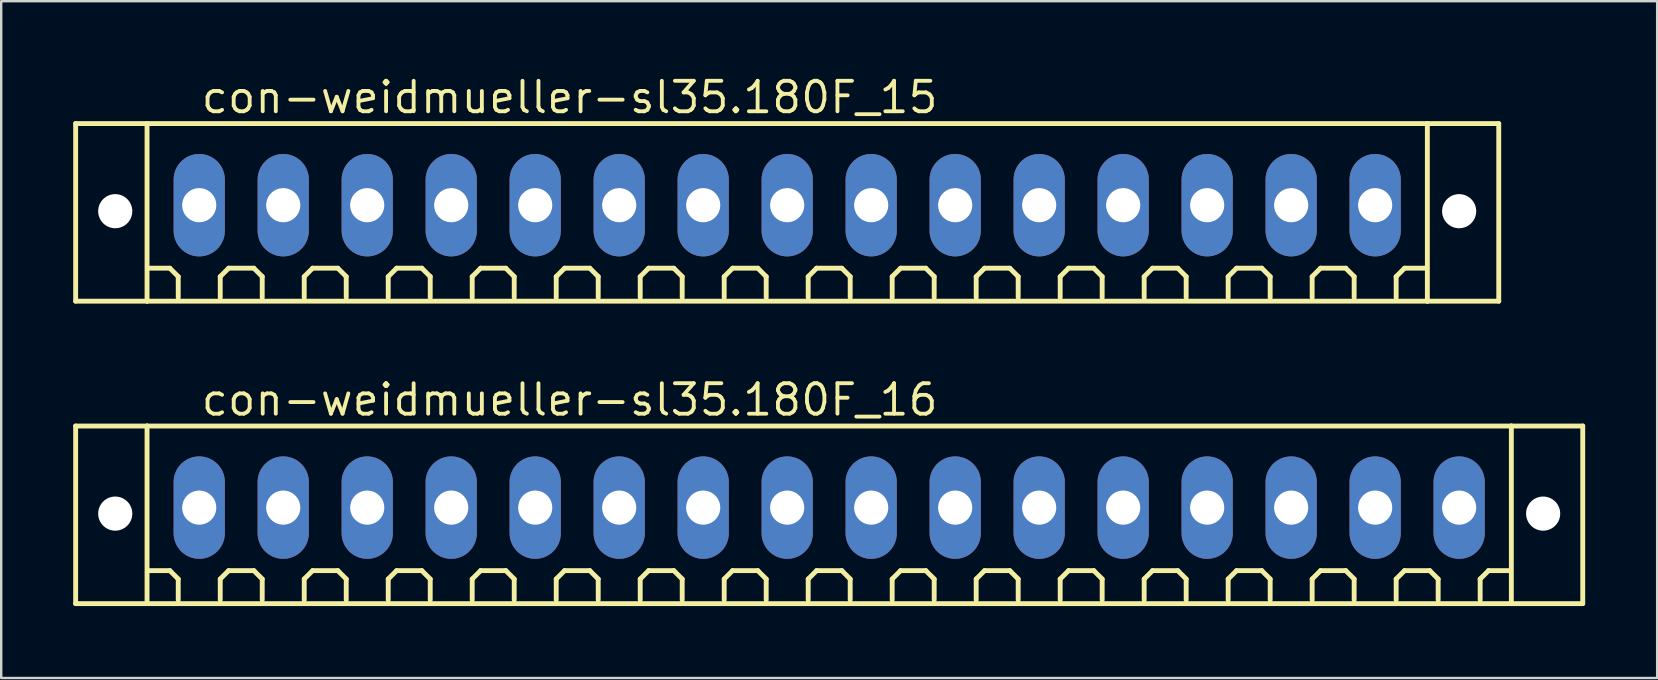
<source format=kicad_pcb>
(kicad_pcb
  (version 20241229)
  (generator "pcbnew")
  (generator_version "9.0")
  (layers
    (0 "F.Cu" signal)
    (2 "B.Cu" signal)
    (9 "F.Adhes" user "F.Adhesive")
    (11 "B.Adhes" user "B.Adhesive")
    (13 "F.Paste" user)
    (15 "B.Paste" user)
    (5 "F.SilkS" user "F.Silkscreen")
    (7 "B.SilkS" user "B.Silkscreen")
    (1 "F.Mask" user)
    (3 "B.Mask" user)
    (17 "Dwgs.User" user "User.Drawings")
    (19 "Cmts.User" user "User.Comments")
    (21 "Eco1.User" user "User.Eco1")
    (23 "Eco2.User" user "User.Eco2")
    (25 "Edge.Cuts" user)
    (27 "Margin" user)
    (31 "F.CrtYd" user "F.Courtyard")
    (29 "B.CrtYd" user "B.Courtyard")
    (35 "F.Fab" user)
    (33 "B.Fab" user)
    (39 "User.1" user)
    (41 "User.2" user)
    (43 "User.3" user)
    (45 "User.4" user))
  (footprint "con-weidmueller-sl35.180F_16"
    (layer "F.Cu")
    (at 31.502 18.102)
    (property "Reference" "con-weidmueller-sl35.180F_16" (at -26.25 -3.75 0) (layer "F.SilkS") (effects (font (size 1.27 1.27) (thickness 0.16)) (justify left bottom)))
    (attr through_hole)
    (fp_line (start -31.4 -3.4) (end -28.425 -3.4) (stroke (width 0.203) (type default)) (layer "F.SilkS"))
    (fp_line (start -31.4 4) (end -31.4 -3.4) (stroke (width 0.203) (type default)) (layer "F.SilkS"))
    (fp_line (start -28.425 -3.4) (end 28.425 -3.4) (stroke (width 0.203) (type default)) (layer "F.SilkS"))
    (fp_line (start -28.425 4) (end -31.4 4) (stroke (width 0.203) (type default)) (layer "F.SilkS"))
    (fp_line (start -28.425 4) (end -28.425 -3.4) (stroke (width 0.203) (type default)) (layer "F.SilkS"))
    (fp_line (start -27.475 2.625) (end -28.35 2.625) (stroke (width 0.203) (type default)) (layer "F.SilkS"))
    (fp_line (start -27.125 2.975) (end -27.475 2.625) (stroke (width 0.203) (type default)) (layer "F.SilkS"))
    (fp_line (start -27.125 3.85) (end -27.125 2.975) (stroke (width 0.203) (type default)) (layer "F.SilkS"))
    (fp_line (start -25.375 2.975) (end -25.025 2.625) (stroke (width 0.203) (type default)) (layer "F.SilkS"))
    (fp_line (start -25.375 3.85) (end -25.375 2.975) (stroke (width 0.203) (type default)) (layer "F.SilkS"))
    (fp_line (start -25.025 2.625) (end -23.975 2.625) (stroke (width 0.203) (type default)) (layer "F.SilkS"))
    (fp_line (start -23.975 2.625) (end -23.625 2.975) (stroke (width 0.203) (type default)) (layer "F.SilkS"))
    (fp_line (start -23.625 2.975) (end -23.625 3.85) (stroke (width 0.203) (type default)) (layer "F.SilkS"))
    (fp_line (start -21.875 2.975) (end -21.525 2.625) (stroke (width 0.203) (type default)) (layer "F.SilkS"))
    (fp_line (start -21.875 3.85) (end -21.875 2.975) (stroke (width 0.203) (type default)) (layer "F.SilkS"))
    (fp_line (start -21.525 2.625) (end -20.475 2.625) (stroke (width 0.203) (type default)) (layer "F.SilkS"))
    (fp_line (start -20.475 2.625) (end -20.125 2.975) (stroke (width 0.203) (type default)) (layer "F.SilkS"))
    (fp_line (start -20.125 2.975) (end -20.125 3.85) (stroke (width 0.203) (type default)) (layer "F.SilkS"))
    (fp_line (start -18.375 2.975) (end -18.025 2.625) (stroke (width 0.203) (type default)) (layer "F.SilkS"))
    (fp_line (start -18.375 3.85) (end -18.375 2.975) (stroke (width 0.203) (type default)) (layer "F.SilkS"))
    (fp_line (start -18.025 2.625) (end -16.975 2.625) (stroke (width 0.203) (type default)) (layer "F.SilkS"))
    (fp_line (start -16.975 2.625) (end -16.625 2.975) (stroke (width 0.203) (type default)) (layer "F.SilkS"))
    (fp_line (start -16.625 2.975) (end -16.625 3.85) (stroke (width 0.203) (type default)) (layer "F.SilkS"))
    (fp_line (start -14.875 2.975) (end -14.525 2.625) (stroke (width 0.203) (type default)) (layer "F.SilkS"))
    (fp_line (start -14.875 3.85) (end -14.875 2.975) (stroke (width 0.203) (type default)) (layer "F.SilkS"))
    (fp_line (start -14.525 2.625) (end -13.475 2.625) (stroke (width 0.203) (type default)) (layer "F.SilkS"))
    (fp_line (start -13.475 2.625) (end -13.125 2.975) (stroke (width 0.203) (type default)) (layer "F.SilkS"))
    (fp_line (start -13.125 2.975) (end -13.125 3.85) (stroke (width 0.203) (type default)) (layer "F.SilkS"))
    (fp_line (start -11.375 2.975) (end -11.025 2.625) (stroke (width 0.203) (type default)) (layer "F.SilkS"))
    (fp_line (start -11.375 3.85) (end -11.375 2.975) (stroke (width 0.203) (type default)) (layer "F.SilkS"))
    (fp_line (start -11.025 2.625) (end -9.975 2.625) (stroke (width 0.203) (type default)) (layer "F.SilkS"))
    (fp_line (start -9.975 2.625) (end -9.625 2.975) (stroke (width 0.203) (type default)) (layer "F.SilkS"))
    (fp_line (start -9.625 2.975) (end -9.625 3.85) (stroke (width 0.203) (type default)) (layer "F.SilkS"))
    (fp_line (start -7.875 2.975) (end -7.525 2.625) (stroke (width 0.203) (type default)) (layer "F.SilkS"))
    (fp_line (start -7.875 3.85) (end -7.875 2.975) (stroke (width 0.203) (type default)) (layer "F.SilkS"))
    (fp_line (start -7.525 2.625) (end -6.475 2.625) (stroke (width 0.203) (type default)) (layer "F.SilkS"))
    (fp_line (start -6.475 2.625) (end -6.125 2.975) (stroke (width 0.203) (type default)) (layer "F.SilkS"))
    (fp_line (start -6.125 2.975) (end -6.125 3.85) (stroke (width 0.203) (type default)) (layer "F.SilkS"))
    (fp_line (start -4.375 2.975) (end -4.025 2.625) (stroke (width 0.203) (type default)) (layer "F.SilkS"))
    (fp_line (start -4.375 3.85) (end -4.375 2.975) (stroke (width 0.203) (type default)) (layer "F.SilkS"))
    (fp_line (start -4.025 2.625) (end -2.975 2.625) (stroke (width 0.203) (type default)) (layer "F.SilkS"))
    (fp_line (start -2.975 2.625) (end -2.625 2.975) (stroke (width 0.203) (type default)) (layer "F.SilkS"))
    (fp_line (start -2.625 2.975) (end -2.625 3.85) (stroke (width 0.203) (type default)) (layer "F.SilkS"))
    (fp_line (start -0.875 2.975) (end -0.525 2.625) (stroke (width 0.203) (type default)) (layer "F.SilkS"))
    (fp_line (start -0.875 3.85) (end -0.875 2.975) (stroke (width 0.203) (type default)) (layer "F.SilkS"))
    (fp_line (start -0.525 2.625) (end 0.525 2.625) (stroke (width 0.203) (type default)) (layer "F.SilkS"))
    (fp_line (start 0.525 2.625) (end 0.875 2.975) (stroke (width 0.203) (type default)) (layer "F.SilkS"))
    (fp_line (start 0.875 2.975) (end 0.875 3.85) (stroke (width 0.203) (type default)) (layer "F.SilkS"))
    (fp_line (start 2.625 2.975) (end 2.975 2.625) (stroke (width 0.203) (type default)) (layer "F.SilkS"))
    (fp_line (start 2.625 3.85) (end 2.625 2.975) (stroke (width 0.203) (type default)) (layer "F.SilkS"))
    (fp_line (start 2.975 2.625) (end 4.025 2.625) (stroke (width 0.203) (type default)) (layer "F.SilkS"))
    (fp_line (start 4.025 2.625) (end 4.375 2.975) (stroke (width 0.203) (type default)) (layer "F.SilkS"))
    (fp_line (start 4.375 2.975) (end 4.375 3.85) (stroke (width 0.203) (type default)) (layer "F.SilkS"))
    (fp_line (start 6.125 2.975) (end 6.475 2.625) (stroke (width 0.203) (type default)) (layer "F.SilkS"))
    (fp_line (start 6.125 3.85) (end 6.125 2.975) (stroke (width 0.203) (type default)) (layer "F.SilkS"))
    (fp_line (start 6.475 2.625) (end 7.525 2.625) (stroke (width 0.203) (type default)) (layer "F.SilkS"))
    (fp_line (start 7.525 2.625) (end 7.875 2.975) (stroke (width 0.203) (type default)) (layer "F.SilkS"))
    (fp_line (start 7.875 2.975) (end 7.875 3.85) (stroke (width 0.203) (type default)) (layer "F.SilkS"))
    (fp_line (start 9.625 2.975) (end 9.975 2.625) (stroke (width 0.203) (type default)) (layer "F.SilkS"))
    (fp_line (start 9.625 3.85) (end 9.625 2.975) (stroke (width 0.203) (type default)) (layer "F.SilkS"))
    (fp_line (start 9.975 2.625) (end 11.025 2.625) (stroke (width 0.203) (type default)) (layer "F.SilkS"))
    (fp_line (start 11.025 2.625) (end 11.375 2.975) (stroke (width 0.203) (type default)) (layer "F.SilkS"))
    (fp_line (start 11.375 2.975) (end 11.375 3.85) (stroke (width 0.203) (type default)) (layer "F.SilkS"))
    (fp_line (start 13.125 2.975) (end 13.475 2.625) (stroke (width 0.203) (type default)) (layer "F.SilkS"))
    (fp_line (start 13.125 3.85) (end 13.125 2.975) (stroke (width 0.203) (type default)) (layer "F.SilkS"))
    (fp_line (start 13.475 2.625) (end 14.525 2.625) (stroke (width 0.203) (type default)) (layer "F.SilkS"))
    (fp_line (start 14.525 2.625) (end 14.875 2.975) (stroke (width 0.203) (type default)) (layer "F.SilkS"))
    (fp_line (start 14.875 2.975) (end 14.875 3.85) (stroke (width 0.203) (type default)) (layer "F.SilkS"))
    (fp_line (start 16.625 2.975) (end 16.975 2.625) (stroke (width 0.203) (type default)) (layer "F.SilkS"))
    (fp_line (start 16.625 3.85) (end 16.625 2.975) (stroke (width 0.203) (type default)) (layer "F.SilkS"))
    (fp_line (start 16.975 2.625) (end 18.025 2.625) (stroke (width 0.203) (type default)) (layer "F.SilkS"))
    (fp_line (start 18.025 2.625) (end 18.375 2.975) (stroke (width 0.203) (type default)) (layer "F.SilkS"))
    (fp_line (start 18.375 2.975) (end 18.375 3.85) (stroke (width 0.203) (type default)) (layer "F.SilkS"))
    (fp_line (start 20.125 2.975) (end 20.475 2.625) (stroke (width 0.203) (type default)) (layer "F.SilkS"))
    (fp_line (start 20.125 3.85) (end 20.125 2.975) (stroke (width 0.203) (type default)) (layer "F.SilkS"))
    (fp_line (start 20.475 2.625) (end 21.525 2.625) (stroke (width 0.203) (type default)) (layer "F.SilkS"))
    (fp_line (start 21.525 2.625) (end 21.875 2.975) (stroke (width 0.203) (type default)) (layer "F.SilkS"))
    (fp_line (start 21.875 2.975) (end 21.875 3.85) (stroke (width 0.203) (type default)) (layer "F.SilkS"))
    (fp_line (start 23.625 2.975) (end 23.975 2.625) (stroke (width 0.203) (type default)) (layer "F.SilkS"))
    (fp_line (start 23.625 3.85) (end 23.625 2.975) (stroke (width 0.203) (type default)) (layer "F.SilkS"))
    (fp_line (start 23.975 2.625) (end 25.025 2.625) (stroke (width 0.203) (type default)) (layer "F.SilkS"))
    (fp_line (start 25.025 2.625) (end 25.375 2.975) (stroke (width 0.203) (type default)) (layer "F.SilkS"))
    (fp_line (start 25.375 2.975) (end 25.375 3.85) (stroke (width 0.203) (type default)) (layer "F.SilkS"))
    (fp_line (start 27.125 2.975) (end 27.475 2.625) (stroke (width 0.203) (type default)) (layer "F.SilkS"))
    (fp_line (start 27.125 3.85) (end 27.125 2.975) (stroke (width 0.203) (type default)) (layer "F.SilkS"))
    (fp_line (start 27.475 2.625) (end 28.35 2.625) (stroke (width 0.203) (type default)) (layer "F.SilkS"))
    (fp_line (start 28.425 -3.4) (end 28.425 4) (stroke (width 0.203) (type default)) (layer "F.SilkS"))
    (fp_line (start 28.425 -3.4) (end 31.4 -3.4) (stroke (width 0.203) (type default)) (layer "F.SilkS"))
    (fp_line (start 28.425 4) (end -28.425 4) (stroke (width 0.203) (type default)) (layer "F.SilkS"))
    (fp_line (start 31.4 -3.4) (end 31.4 4) (stroke (width 0.203) (type default)) (layer "F.SilkS"))
    (fp_line (start 31.4 4) (end 28.425 4) (stroke (width 0.203) (type default)) (layer "F.SilkS"))
    (pad "" np_thru_hole circle (at -29.75 0.25) (size 1.422 1.422) (drill 1.422) (layers "*.Cu" "*.Mask"))
    (pad "" np_thru_hole circle (at 29.75 0.25) (size 1.422 1.422) (drill 1.422) (layers "*.Cu" "*.Mask"))
    (pad "1" thru_hole oval (at -26.25 0 90) (size 4.267 2.134) (drill 1.422) (layers "*.Cu" "*.Mask"))
    (pad "2" thru_hole oval (at -22.75 0 90) (size 4.267 2.134) (drill 1.422) (layers "*.Cu" "*.Mask"))
    (pad "3" thru_hole oval (at -19.25 0 90) (size 4.267 2.134) (drill 1.422) (layers "*.Cu" "*.Mask"))
    (pad "4" thru_hole oval (at -15.75 0 90) (size 4.267 2.134) (drill 1.422) (layers "*.Cu" "*.Mask"))
    (pad "5" thru_hole oval (at -12.25 0 90) (size 4.267 2.134) (drill 1.422) (layers "*.Cu" "*.Mask"))
    (pad "6" thru_hole oval (at -8.75 0 90) (size 4.267 2.134) (drill 1.422) (layers "*.Cu" "*.Mask"))
    (pad "7" thru_hole oval (at -5.25 0 90) (size 4.267 2.134) (drill 1.422) (layers "*.Cu" "*.Mask"))
    (pad "8" thru_hole oval (at -1.75 0 90) (size 4.267 2.134) (drill 1.422) (layers "*.Cu" "*.Mask"))
    (pad "9" thru_hole oval (at 1.75 0 90) (size 4.267 2.134) (drill 1.422) (layers "*.Cu" "*.Mask"))
    (pad "10" thru_hole oval (at 5.25 0 90) (size 4.267 2.134) (drill 1.422) (layers "*.Cu" "*.Mask"))
    (pad "11" thru_hole oval (at 8.75 0 90) (size 4.267 2.134) (drill 1.422) (layers "*.Cu" "*.Mask"))
    (pad "12" thru_hole oval (at 12.25 0 90) (size 4.267 2.134) (drill 1.422) (layers "*.Cu" "*.Mask"))
    (pad "13" thru_hole oval (at 15.75 0 90) (size 4.267 2.134) (drill 1.422) (layers "*.Cu" "*.Mask"))
    (pad "14" thru_hole oval (at 19.25 0 90) (size 4.267 2.134) (drill 1.422) (layers "*.Cu" "*.Mask"))
    (pad "15" thru_hole oval (at 22.75 0 90) (size 4.267 2.134) (drill 1.422) (layers "*.Cu" "*.Mask"))
    (pad "16" thru_hole oval (at 26.25 0 90) (size 4.267 2.134) (drill 1.422) (layers "*.Cu" "*.Mask")))
  (footprint "con-weidmueller-sl35.180F_15"
    (layer "F.Cu")
    (at 29.752 5.5)
    (property "Reference" "con-weidmueller-sl35.180F_15" (at -24.5 -3.75 0) (layer "F.SilkS") (effects (font (size 1.27 1.27) (thickness 0.16)) (justify left bottom)))
    (attr through_hole)
    (fp_line (start -29.65 -3.4) (end -26.675 -3.4) (stroke (width 0.203) (type default)) (layer "F.SilkS"))
    (fp_line (start -29.65 4) (end -29.65 -3.4) (stroke (width 0.203) (type default)) (layer "F.SilkS"))
    (fp_line (start -26.675 -3.4) (end 26.675 -3.4) (stroke (width 0.203) (type default)) (layer "F.SilkS"))
    (fp_line (start -26.675 4) (end -29.65 4) (stroke (width 0.203) (type default)) (layer "F.SilkS"))
    (fp_line (start -26.675 4) (end -26.675 -3.4) (stroke (width 0.203) (type default)) (layer "F.SilkS"))
    (fp_line (start -25.725 2.625) (end -26.6 2.625) (stroke (width 0.203) (type default)) (layer "F.SilkS"))
    (fp_line (start -25.375 2.975) (end -25.725 2.625) (stroke (width 0.203) (type default)) (layer "F.SilkS"))
    (fp_line (start -25.375 3.85) (end -25.375 2.975) (stroke (width 0.203) (type default)) (layer "F.SilkS"))
    (fp_line (start -23.625 2.975) (end -23.275 2.625) (stroke (width 0.203) (type default)) (layer "F.SilkS"))
    (fp_line (start -23.625 3.85) (end -23.625 2.975) (stroke (width 0.203) (type default)) (layer "F.SilkS"))
    (fp_line (start -23.275 2.625) (end -22.225 2.625) (stroke (width 0.203) (type default)) (layer "F.SilkS"))
    (fp_line (start -22.225 2.625) (end -21.875 2.975) (stroke (width 0.203) (type default)) (layer "F.SilkS"))
    (fp_line (start -21.875 2.975) (end -21.875 3.85) (stroke (width 0.203) (type default)) (layer "F.SilkS"))
    (fp_line (start -20.125 2.975) (end -19.775 2.625) (stroke (width 0.203) (type default)) (layer "F.SilkS"))
    (fp_line (start -20.125 3.85) (end -20.125 2.975) (stroke (width 0.203) (type default)) (layer "F.SilkS"))
    (fp_line (start -19.775 2.625) (end -18.725 2.625) (stroke (width 0.203) (type default)) (layer "F.SilkS"))
    (fp_line (start -18.725 2.625) (end -18.375 2.975) (stroke (width 0.203) (type default)) (layer "F.SilkS"))
    (fp_line (start -18.375 2.975) (end -18.375 3.85) (stroke (width 0.203) (type default)) (layer "F.SilkS"))
    (fp_line (start -16.625 2.975) (end -16.275 2.625) (stroke (width 0.203) (type default)) (layer "F.SilkS"))
    (fp_line (start -16.625 3.85) (end -16.625 2.975) (stroke (width 0.203) (type default)) (layer "F.SilkS"))
    (fp_line (start -16.275 2.625) (end -15.225 2.625) (stroke (width 0.203) (type default)) (layer "F.SilkS"))
    (fp_line (start -15.225 2.625) (end -14.875 2.975) (stroke (width 0.203) (type default)) (layer "F.SilkS"))
    (fp_line (start -14.875 2.975) (end -14.875 3.85) (stroke (width 0.203) (type default)) (layer "F.SilkS"))
    (fp_line (start -13.125 2.975) (end -12.775 2.625) (stroke (width 0.203) (type default)) (layer "F.SilkS"))
    (fp_line (start -13.125 3.85) (end -13.125 2.975) (stroke (width 0.203) (type default)) (layer "F.SilkS"))
    (fp_line (start -12.775 2.625) (end -11.725 2.625) (stroke (width 0.203) (type default)) (layer "F.SilkS"))
    (fp_line (start -11.725 2.625) (end -11.375 2.975) (stroke (width 0.203) (type default)) (layer "F.SilkS"))
    (fp_line (start -11.375 2.975) (end -11.375 3.85) (stroke (width 0.203) (type default)) (layer "F.SilkS"))
    (fp_line (start -9.625 2.975) (end -9.275 2.625) (stroke (width 0.203) (type default)) (layer "F.SilkS"))
    (fp_line (start -9.625 3.85) (end -9.625 2.975) (stroke (width 0.203) (type default)) (layer "F.SilkS"))
    (fp_line (start -9.275 2.625) (end -8.225 2.625) (stroke (width 0.203) (type default)) (layer "F.SilkS"))
    (fp_line (start -8.225 2.625) (end -7.875 2.975) (stroke (width 0.203) (type default)) (layer "F.SilkS"))
    (fp_line (start -7.875 2.975) (end -7.875 3.85) (stroke (width 0.203) (type default)) (layer "F.SilkS"))
    (fp_line (start -6.125 2.975) (end -5.775 2.625) (stroke (width 0.203) (type default)) (layer "F.SilkS"))
    (fp_line (start -6.125 3.85) (end -6.125 2.975) (stroke (width 0.203) (type default)) (layer "F.SilkS"))
    (fp_line (start -5.775 2.625) (end -4.725 2.625) (stroke (width 0.203) (type default)) (layer "F.SilkS"))
    (fp_line (start -4.725 2.625) (end -4.375 2.975) (stroke (width 0.203) (type default)) (layer "F.SilkS"))
    (fp_line (start -4.375 2.975) (end -4.375 3.85) (stroke (width 0.203) (type default)) (layer "F.SilkS"))
    (fp_line (start -2.625 2.975) (end -2.275 2.625) (stroke (width 0.203) (type default)) (layer "F.SilkS"))
    (fp_line (start -2.625 3.85) (end -2.625 2.975) (stroke (width 0.203) (type default)) (layer "F.SilkS"))
    (fp_line (start -2.275 2.625) (end -1.225 2.625) (stroke (width 0.203) (type default)) (layer "F.SilkS"))
    (fp_line (start -1.225 2.625) (end -0.875 2.975) (stroke (width 0.203) (type default)) (layer "F.SilkS"))
    (fp_line (start -0.875 2.975) (end -0.875 3.85) (stroke (width 0.203) (type default)) (layer "F.SilkS"))
    (fp_line (start 0.875 2.975) (end 1.225 2.625) (stroke (width 0.203) (type default)) (layer "F.SilkS"))
    (fp_line (start 0.875 3.85) (end 0.875 2.975) (stroke (width 0.203) (type default)) (layer "F.SilkS"))
    (fp_line (start 1.225 2.625) (end 2.275 2.625) (stroke (width 0.203) (type default)) (layer "F.SilkS"))
    (fp_line (start 2.275 2.625) (end 2.625 2.975) (stroke (width 0.203) (type default)) (layer "F.SilkS"))
    (fp_line (start 2.625 2.975) (end 2.625 3.85) (stroke (width 0.203) (type default)) (layer "F.SilkS"))
    (fp_line (start 4.375 2.975) (end 4.725 2.625) (stroke (width 0.203) (type default)) (layer "F.SilkS"))
    (fp_line (start 4.375 3.85) (end 4.375 2.975) (stroke (width 0.203) (type default)) (layer "F.SilkS"))
    (fp_line (start 4.725 2.625) (end 5.775 2.625) (stroke (width 0.203) (type default)) (layer "F.SilkS"))
    (fp_line (start 5.775 2.625) (end 6.125 2.975) (stroke (width 0.203) (type default)) (layer "F.SilkS"))
    (fp_line (start 6.125 2.975) (end 6.125 3.85) (stroke (width 0.203) (type default)) (layer "F.SilkS"))
    (fp_line (start 7.875 2.975) (end 8.225 2.625) (stroke (width 0.203) (type default)) (layer "F.SilkS"))
    (fp_line (start 7.875 3.85) (end 7.875 2.975) (stroke (width 0.203) (type default)) (layer "F.SilkS"))
    (fp_line (start 8.225 2.625) (end 9.275 2.625) (stroke (width 0.203) (type default)) (layer "F.SilkS"))
    (fp_line (start 9.275 2.625) (end 9.625 2.975) (stroke (width 0.203) (type default)) (layer "F.SilkS"))
    (fp_line (start 9.625 2.975) (end 9.625 3.85) (stroke (width 0.203) (type default)) (layer "F.SilkS"))
    (fp_line (start 11.375 2.975) (end 11.725 2.625) (stroke (width 0.203) (type default)) (layer "F.SilkS"))
    (fp_line (start 11.375 3.85) (end 11.375 2.975) (stroke (width 0.203) (type default)) (layer "F.SilkS"))
    (fp_line (start 11.725 2.625) (end 12.775 2.625) (stroke (width 0.203) (type default)) (layer "F.SilkS"))
    (fp_line (start 12.775 2.625) (end 13.125 2.975) (stroke (width 0.203) (type default)) (layer "F.SilkS"))
    (fp_line (start 13.125 2.975) (end 13.125 3.85) (stroke (width 0.203) (type default)) (layer "F.SilkS"))
    (fp_line (start 14.875 2.975) (end 15.225 2.625) (stroke (width 0.203) (type default)) (layer "F.SilkS"))
    (fp_line (start 14.875 3.85) (end 14.875 2.975) (stroke (width 0.203) (type default)) (layer "F.SilkS"))
    (fp_line (start 15.225 2.625) (end 16.275 2.625) (stroke (width 0.203) (type default)) (layer "F.SilkS"))
    (fp_line (start 16.275 2.625) (end 16.625 2.975) (stroke (width 0.203) (type default)) (layer "F.SilkS"))
    (fp_line (start 16.625 2.975) (end 16.625 3.85) (stroke (width 0.203) (type default)) (layer "F.SilkS"))
    (fp_line (start 18.375 2.975) (end 18.725 2.625) (stroke (width 0.203) (type default)) (layer "F.SilkS"))
    (fp_line (start 18.375 3.85) (end 18.375 2.975) (stroke (width 0.203) (type default)) (layer "F.SilkS"))
    (fp_line (start 18.725 2.625) (end 19.775 2.625) (stroke (width 0.203) (type default)) (layer "F.SilkS"))
    (fp_line (start 19.775 2.625) (end 20.125 2.975) (stroke (width 0.203) (type default)) (layer "F.SilkS"))
    (fp_line (start 20.125 2.975) (end 20.125 3.85) (stroke (width 0.203) (type default)) (layer "F.SilkS"))
    (fp_line (start 21.875 2.975) (end 22.225 2.625) (stroke (width 0.203) (type default)) (layer "F.SilkS"))
    (fp_line (start 21.875 3.85) (end 21.875 2.975) (stroke (width 0.203) (type default)) (layer "F.SilkS"))
    (fp_line (start 22.225 2.625) (end 23.275 2.625) (stroke (width 0.203) (type default)) (layer "F.SilkS"))
    (fp_line (start 23.275 2.625) (end 23.625 2.975) (stroke (width 0.203) (type default)) (layer "F.SilkS"))
    (fp_line (start 23.625 2.975) (end 23.625 3.85) (stroke (width 0.203) (type default)) (layer "F.SilkS"))
    (fp_line (start 25.375 2.975) (end 25.725 2.625) (stroke (width 0.203) (type default)) (layer "F.SilkS"))
    (fp_line (start 25.375 3.85) (end 25.375 2.975) (stroke (width 0.203) (type default)) (layer "F.SilkS"))
    (fp_line (start 25.725 2.625) (end 26.6 2.625) (stroke (width 0.203) (type default)) (layer "F.SilkS"))
    (fp_line (start 26.675 -3.4) (end 26.675 4) (stroke (width 0.203) (type default)) (layer "F.SilkS"))
    (fp_line (start 26.675 -3.4) (end 29.65 -3.4) (stroke (width 0.203) (type default)) (layer "F.SilkS"))
    (fp_line (start 26.675 4) (end -26.675 4) (stroke (width 0.203) (type default)) (layer "F.SilkS"))
    (fp_line (start 29.65 -3.4) (end 29.65 4) (stroke (width 0.203) (type default)) (layer "F.SilkS"))
    (fp_line (start 29.65 4) (end 26.675 4) (stroke (width 0.203) (type default)) (layer "F.SilkS"))
    (pad "" np_thru_hole circle (at -28 0.25) (size 1.422 1.422) (drill 1.422) (layers "*.Cu" "*.Mask"))
    (pad "" np_thru_hole circle (at 28 0.25) (size 1.422 1.422) (drill 1.422) (layers "*.Cu" "*.Mask"))
    (pad "1" thru_hole oval (at -24.5 0 90) (size 4.267 2.134) (drill 1.422) (layers "*.Cu" "*.Mask"))
    (pad "2" thru_hole oval (at -21 0 90) (size 4.267 2.134) (drill 1.422) (layers "*.Cu" "*.Mask"))
    (pad "3" thru_hole oval (at -17.5 0 90) (size 4.267 2.134) (drill 1.422) (layers "*.Cu" "*.Mask"))
    (pad "4" thru_hole oval (at -14 0 90) (size 4.267 2.134) (drill 1.422) (layers "*.Cu" "*.Mask"))
    (pad "5" thru_hole oval (at -10.5 0 90) (size 4.267 2.134) (drill 1.422) (layers "*.Cu" "*.Mask"))
    (pad "6" thru_hole oval (at -7 0 90) (size 4.267 2.134) (drill 1.422) (layers "*.Cu" "*.Mask"))
    (pad "7" thru_hole oval (at -3.5 0 90) (size 4.267 2.134) (drill 1.422) (layers "*.Cu" "*.Mask"))
    (pad "8" thru_hole oval (at 0 0 90) (size 4.267 2.134) (drill 1.422) (layers "*.Cu" "*.Mask"))
    (pad "9" thru_hole oval (at 3.5 0 90) (size 4.267 2.134) (drill 1.422) (layers "*.Cu" "*.Mask"))
    (pad "10" thru_hole oval (at 7 0 90) (size 4.267 2.134) (drill 1.422) (layers "*.Cu" "*.Mask"))
    (pad "11" thru_hole oval (at 10.5 0 90) (size 4.267 2.134) (drill 1.422) (layers "*.Cu" "*.Mask"))
    (pad "12" thru_hole oval (at 14 0 90) (size 4.267 2.134) (drill 1.422) (layers "*.Cu" "*.Mask"))
    (pad "13" thru_hole oval (at 17.5 0 90) (size 4.267 2.134) (drill 1.422) (layers "*.Cu" "*.Mask"))
    (pad "14" thru_hole oval (at 21 0 90) (size 4.267 2.134) (drill 1.422) (layers "*.Cu" "*.Mask"))
    (pad "15" thru_hole oval (at 24.5 0 90) (size 4.267 2.134) (drill 1.422) (layers "*.Cu" "*.Mask")))
  (gr_rect
    (start -3 -3)
    (end 66.003 25.203)
    (stroke (width 0.1) (type default))
    (fill no)
    (layer "Edge.Cuts")))
</source>
